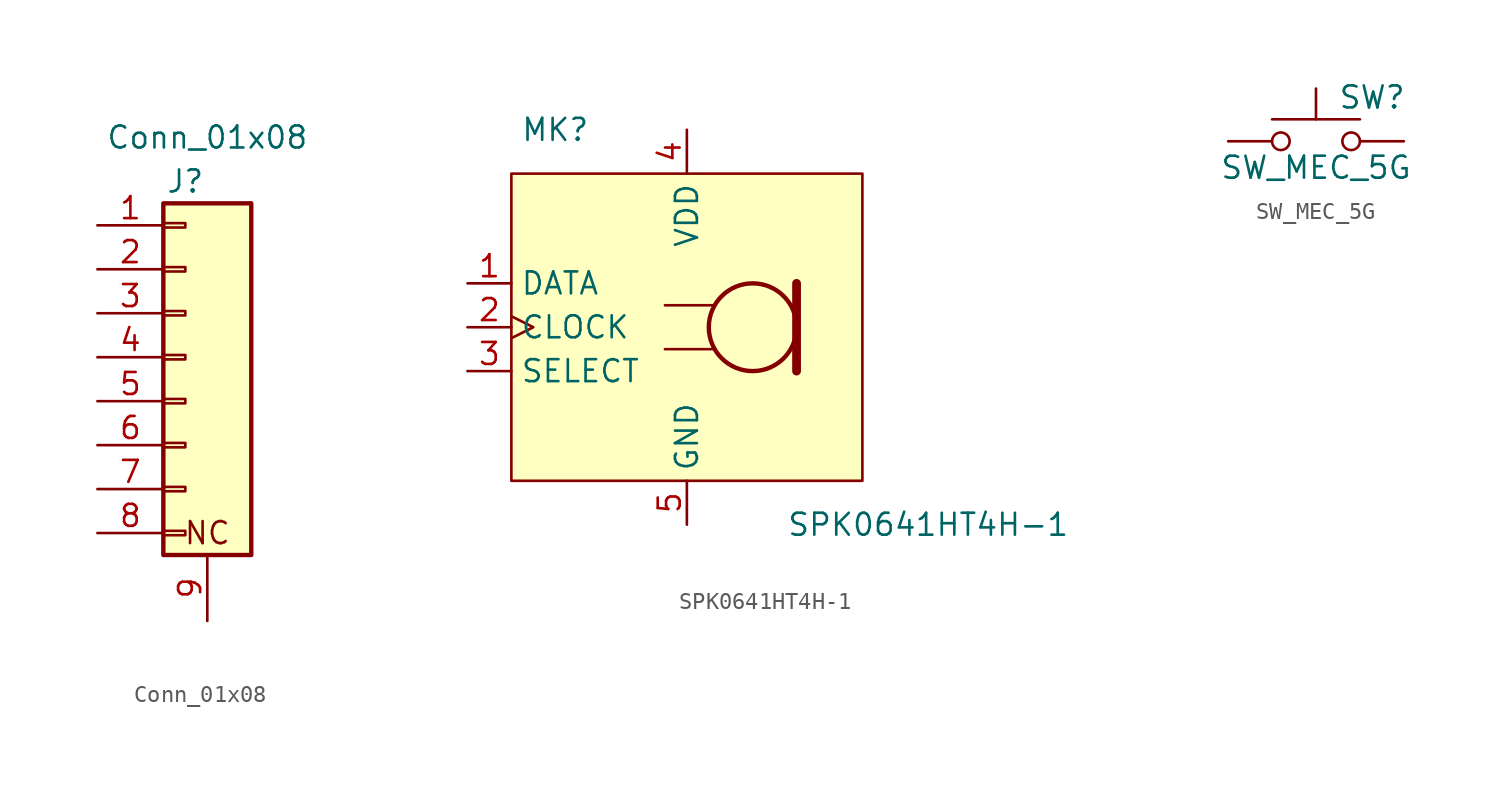
<source format=kicad_sym>
(kicad_symbol_lib
  (version 20211014)
  (generator kicad_symbol_editor)
  (symbol "Conn_01x08"
    (pin_names
      (offset 1.016) hide)
    (property "Reference" "J"
      (at -1.27 10.16 0)
      (effects (font (size 1.27 1.27))))
    (property "Value" "Conn_01x08"
      (at 0 12.7 0)
      (effects (font (size 1.27 1.27))))
    (symbol "Conn_01x08_0_0"
      (text "NC" (at 0 -10.16 0) (effects (font (size 1.27 1.27)))))
    (symbol "Conn_01x08_1_1"
      (rectangle (start -2.54 -10.033) (end -1.27 -10.287) (stroke (width 0.152) (type default) (color 0 0 0 0)) (fill (type none)))
      (rectangle (start -2.54 -7.493) (end -1.27 -7.747) (stroke (width 0.152) (type default) (color 0 0 0 0)) (fill (type none)))
      (rectangle (start -2.54 -4.953) (end -1.27 -5.207) (stroke (width 0.152) (type default) (color 0 0 0 0)) (fill (type none)))
      (rectangle (start -2.54 -2.413) (end -1.27 -2.667) (stroke (width 0.152) (type default) (color 0 0 0 0)) (fill (type none)))
      (rectangle (start -2.54 0.127) (end -1.27 -0.127) (stroke (width 0.152) (type default) (color 0 0 0 0)) (fill (type none)))
      (rectangle (start -2.54 2.667) (end -1.27 2.413) (stroke (width 0.152) (type default) (color 0 0 0 0)) (fill (type none)))
      (rectangle (start -2.54 5.207) (end -1.27 4.953) (stroke (width 0.152) (type default) (color 0 0 0 0)) (fill (type none)))
      (rectangle (start -2.54 7.747) (end -1.27 7.493) (stroke (width 0.152) (type default) (color 0 0 0 0)) (fill (type none)))
      (rectangle (start -2.54 8.89) (end 2.54 -11.43) (stroke (width 0.254) (type default) (color 0 0 0 0)) (fill (type background)))
      (pin passive line (at -6.35 7.62 0) (length 3.81) (name "Pin_1" (effects (font (size 1.27 1.27)))) (number "1" (effects (font (size 1.27 1.27)))))
      (pin passive line (at -6.35 5.08 0) (length 3.81) (name "Pin_2" (effects (font (size 1.27 1.27)))) (number "2" (effects (font (size 1.27 1.27)))))
      (pin passive line (at -6.35 2.54 0) (length 3.81) (name "Pin_3" (effects (font (size 1.27 1.27)))) (number "3" (effects (font (size 1.27 1.27)))))
      (pin passive line (at -6.35 0 0) (length 3.81) (name "Pin_4" (effects (font (size 1.27 1.27)))) (number "4" (effects (font (size 1.27 1.27)))))
      (pin passive line (at -6.35 -2.54 0) (length 3.81) (name "Pin_5" (effects (font (size 1.27 1.27)))) (number "5" (effects (font (size 1.27 1.27)))))
      (pin passive line (at -6.35 -5.08 0) (length 3.81) (name "Pin_6" (effects (font (size 1.27 1.27)))) (number "6" (effects (font (size 1.27 1.27)))))
      (pin passive line (at -6.35 -7.62 0) (length 3.81) (name "Pin_7" (effects (font (size 1.27 1.27)))) (number "7" (effects (font (size 1.27 1.27)))))
      (pin passive line (at -6.35 -10.16 0) (length 3.81) (name "Pin_8" (effects (font (size 1.27 1.27)))) (number "8" (effects (font (size 1.27 1.27)))))
      (pin passive line (at 0 -15.24 90) (length 3.81) (name "NC" (effects (font (size 1.27 1.27)))) (number "9" (effects (font (size 1.27 1.27)))))))
  (symbol "SPK0641HT4H-1"
    (property "Reference" "MK"
      (at -7.62 11.43 0)
      (effects (font (size 1.27 1.27))))
    (property "Value" "SPK0641HT4H-1"
      (at 13.97 -11.43 0)
      (effects (font (size 1.27 1.27))))
    (symbol "SPK0641HT4H-1_0_1"
      (rectangle (start -10.16 8.89) (end 10.16 -8.89) (stroke (width 0) (type default) (color 0 0 0 0)) (fill (type background))))
    (symbol "SPK0641HT4H-1_1_1"
      (polyline (pts (xy 1.549 1.27) (xy -1.27 1.27)) (stroke (width 0) (type default) (color 0 0 0 0)) (fill (type none)))
      (polyline (pts (xy 1.6 -1.27) (xy -1.27 -1.27)) (stroke (width 0) (type default) (color 0 0 0 0)) (fill (type none)))
      (polyline (pts (xy 6.35 2.54) (xy 6.35 -2.54)) (stroke (width 0.508) (type default) (color 0 0 0 0)) (fill (type none)))
      (circle (center 3.81 0) (radius 2.54) (stroke (width 0.254) (type default) (color 0 0 0 0)) (fill (type none)))
      (pin output line (at -12.7 2.54 0) (length 2.54) (name "DATA" (effects (font (size 1.27 1.27)))) (number "1" (effects (font (size 1.27 1.27)))))
      (pin input clock (at -12.7 0 0) (length 2.54) (name "CLOCK" (effects (font (size 1.27 1.27)))) (number "2" (effects (font (size 1.27 1.27)))))
      (pin input line (at -12.7 -2.54 0) (length 2.54) (name "SELECT" (effects (font (size 1.27 1.27)))) (number "3" (effects (font (size 1.27 1.27)))))
      (pin power_in line (at 0 11.43 270) (length 2.54) (name "VDD" (effects (font (size 1.27 1.27)))) (number "4" (effects (font (size 1.27 1.27)))))
      (pin power_in line (at 0 -11.43 90) (length 2.54) (name "GND" (effects (font (size 1.27 1.27)))) (number "5" (effects (font (size 1.27 1.27)))))))
  (symbol "SW_MEC_5G"
    (pin_numbers hide)
    (pin_names
      (offset 1.016) hide)
    (property "Reference" "SW"
      (at 1.27 2.54 0)
      (effects (font (size 1.27 1.27)) (justify left)))
    (property "Value" "SW_MEC_5G"
      (at 0 -1.524 0)
      (effects (font (size 1.27 1.27))))
    (symbol "SW_MEC_5G_0_1"
      (circle (center -2.032 0) (radius 0.508) (stroke (width 0) (type default) (color 0 0 0 0)) (fill (type none)))
      (polyline (pts (xy 0 1.27) (xy 0 3.048)) (stroke (width 0) (type default) (color 0 0 0 0)) (fill (type none)))
      (polyline (pts (xy 2.54 1.27) (xy -2.54 1.27)) (stroke (width 0) (type default) (color 0 0 0 0)) (fill (type none)))
      (circle (center 2.032 0) (radius 0.508) (stroke (width 0) (type default) (color 0 0 0 0)) (fill (type none)))
      (pin passive line (at -5.08 0 0) (length 2.54) (name "Pin_1" (effects (font (size 1.27 1.27)))) (number "1" (effects (font (size 1.27 1.27)))))
      (pin passive line (at 5.08 0 180) (length 2.54) (name "Pin_2" (effects (font (size 1.27 1.27)))) (number "2" (effects (font (size 1.27 1.27))))))))
</source>
